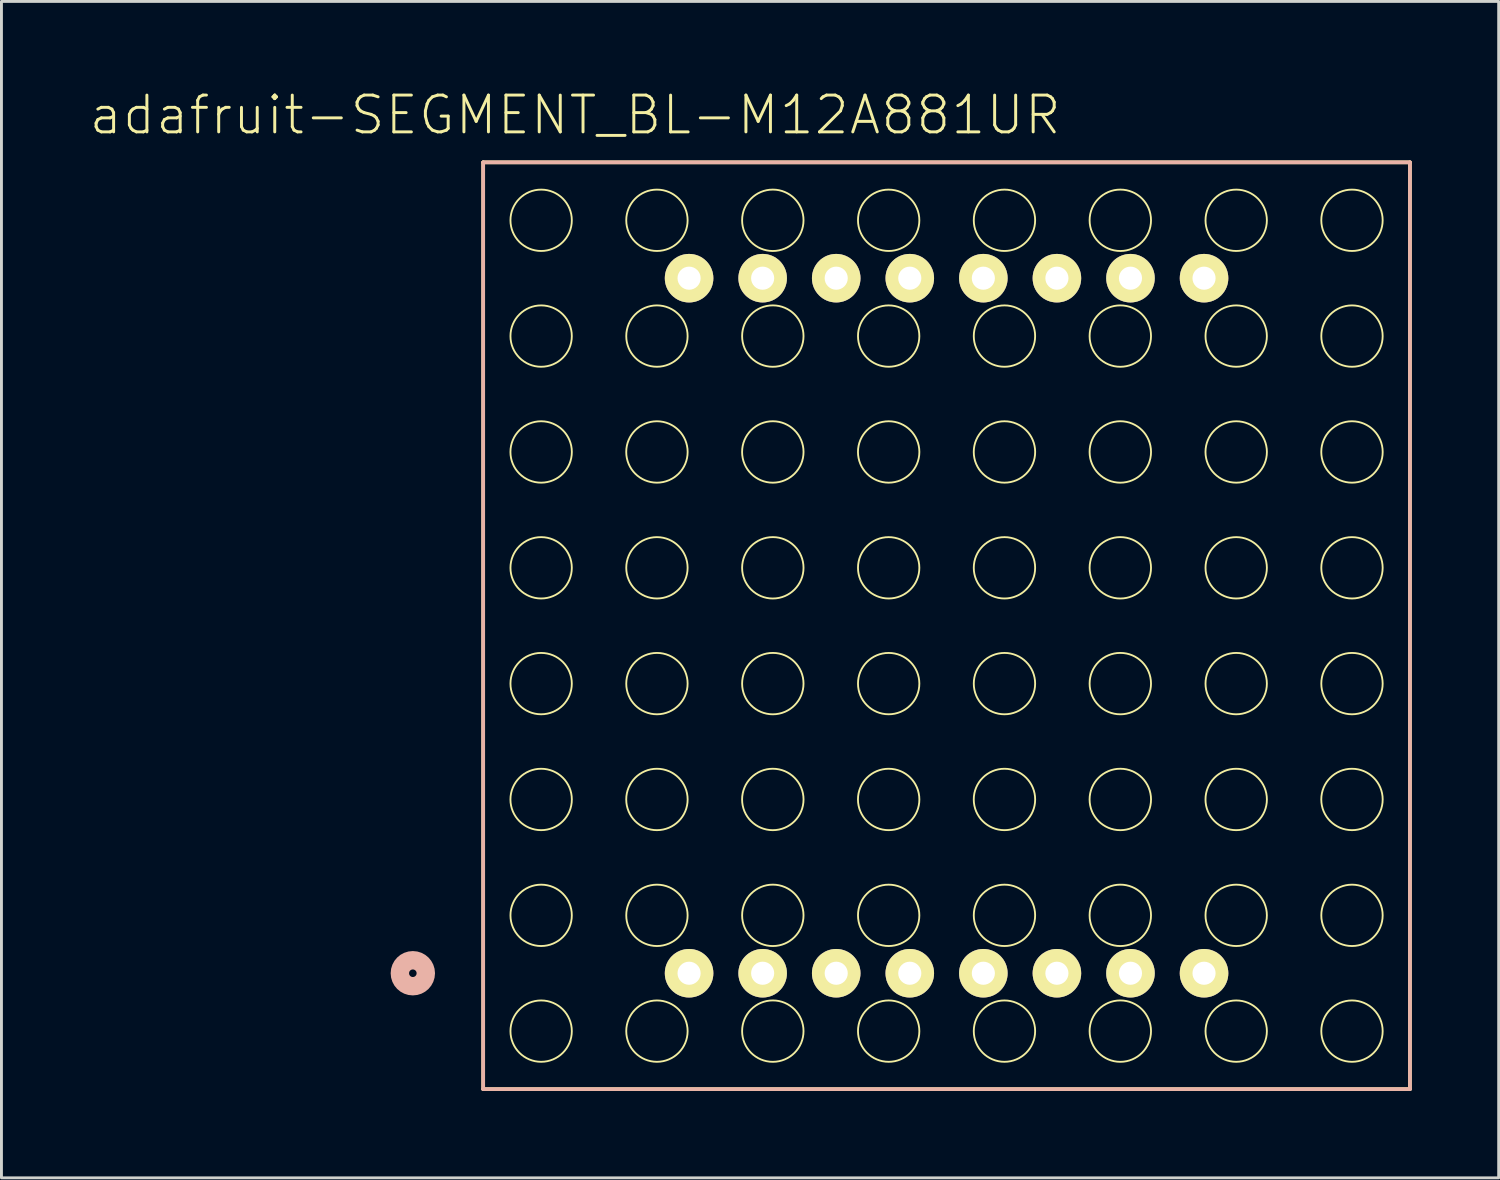
<source format=kicad_pcb>
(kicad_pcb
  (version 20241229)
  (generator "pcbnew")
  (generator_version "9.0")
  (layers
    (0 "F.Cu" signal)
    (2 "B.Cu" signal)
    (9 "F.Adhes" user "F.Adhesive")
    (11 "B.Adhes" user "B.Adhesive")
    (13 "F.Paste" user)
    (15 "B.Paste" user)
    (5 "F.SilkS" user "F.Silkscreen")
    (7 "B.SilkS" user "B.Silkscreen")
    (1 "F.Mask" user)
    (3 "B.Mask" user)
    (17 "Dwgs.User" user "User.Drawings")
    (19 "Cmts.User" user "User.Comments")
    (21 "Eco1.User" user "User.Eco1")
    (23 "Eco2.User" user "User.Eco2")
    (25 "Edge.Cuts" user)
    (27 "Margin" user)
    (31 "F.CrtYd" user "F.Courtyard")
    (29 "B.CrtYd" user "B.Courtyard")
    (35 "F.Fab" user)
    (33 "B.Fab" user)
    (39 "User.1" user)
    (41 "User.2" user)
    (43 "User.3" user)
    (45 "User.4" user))
  (footprint "adafruit-SEGMENT_BL-M12A881UR"
    (layer "F.Cu")
    (at 29.632 18.554)
    (property "Reference" "adafruit-SEGMENT_BL-M12A881UR" (at -12.824 -17.633 0) (layer "F.SilkS") (effects (font (size 1.27 1.27) (thickness 0.102))))
    (attr exclude_from_pos_files exclude_from_bom)
    (fp_line (start -15.999 -15.999) (end 15.999 -15.999) (stroke (width 0.127) (type solid)) (layer "F.SilkS"))
    (fp_line (start -15.999 15.999) (end -15.999 -15.999) (stroke (width 0.127) (type solid)) (layer "F.SilkS"))
    (fp_line (start 15.999 -15.999) (end 15.999 15.999) (stroke (width 0.127) (type solid)) (layer "F.SilkS"))
    (fp_line (start 15.999 15.999) (end -15.999 15.999) (stroke (width 0.127) (type solid)) (layer "F.SilkS"))
    (fp_circle (center -13.998 -13.998) (end -14.747 -14.747) (stroke (width 0.064) (type solid)) (fill no) (layer "F.SilkS"))
    (fp_circle (center -13.998 -10) (end -14.747 -10.749) (stroke (width 0.064) (type solid)) (fill no) (layer "F.SilkS"))
    (fp_circle (center -13.998 -5.999) (end -14.747 -6.749) (stroke (width 0.064) (type solid)) (fill no) (layer "F.SilkS"))
    (fp_circle (center -13.998 -1.999) (end -14.747 -2.748) (stroke (width 0.064) (type solid)) (fill no) (layer "F.SilkS"))
    (fp_circle (center -13.998 1.999) (end -14.747 2.748) (stroke (width 0.064) (type solid)) (fill no) (layer "F.SilkS"))
    (fp_circle (center -13.998 5.999) (end -14.747 6.749) (stroke (width 0.064) (type solid)) (fill no) (layer "F.SilkS"))
    (fp_circle (center -13.998 10) (end -14.747 10.749) (stroke (width 0.064) (type solid)) (fill no) (layer "F.SilkS"))
    (fp_circle (center -13.998 13.998) (end -14.747 14.747) (stroke (width 0.064) (type solid)) (fill no) (layer "F.SilkS"))
    (fp_circle (center -10 -13.998) (end -10.749 -14.747) (stroke (width 0.064) (type solid)) (fill no) (layer "F.SilkS"))
    (fp_circle (center -10 -10) (end -10.749 -10.749) (stroke (width 0.064) (type solid)) (fill no) (layer "F.SilkS"))
    (fp_circle (center -10 -5.999) (end -10.749 -6.749) (stroke (width 0.064) (type solid)) (fill no) (layer "F.SilkS"))
    (fp_circle (center -10 -1.999) (end -10.749 -2.748) (stroke (width 0.064) (type solid)) (fill no) (layer "F.SilkS"))
    (fp_circle (center -10 1.999) (end -10.749 2.748) (stroke (width 0.064) (type solid)) (fill no) (layer "F.SilkS"))
    (fp_circle (center -10 5.999) (end -10.749 6.749) (stroke (width 0.064) (type solid)) (fill no) (layer "F.SilkS"))
    (fp_circle (center -10 10) (end -10.749 10.749) (stroke (width 0.064) (type solid)) (fill no) (layer "F.SilkS"))
    (fp_circle (center -10 13.998) (end -10.749 14.747) (stroke (width 0.064) (type solid)) (fill no) (layer "F.SilkS"))
    (fp_circle (center -5.999 -13.998) (end -6.749 -14.747) (stroke (width 0.064) (type solid)) (fill no) (layer "F.SilkS"))
    (fp_circle (center -5.999 -10) (end -6.749 -10.749) (stroke (width 0.064) (type solid)) (fill no) (layer "F.SilkS"))
    (fp_circle (center -5.999 -5.999) (end -6.749 -6.749) (stroke (width 0.064) (type solid)) (fill no) (layer "F.SilkS"))
    (fp_circle (center -5.999 -1.999) (end -6.749 -2.748) (stroke (width 0.064) (type solid)) (fill no) (layer "F.SilkS"))
    (fp_circle (center -5.999 1.999) (end -6.749 2.748) (stroke (width 0.064) (type solid)) (fill no) (layer "F.SilkS"))
    (fp_circle (center -5.999 5.999) (end -6.749 6.749) (stroke (width 0.064) (type solid)) (fill no) (layer "F.SilkS"))
    (fp_circle (center -5.999 10) (end -6.749 10.749) (stroke (width 0.064) (type solid)) (fill no) (layer "F.SilkS"))
    (fp_circle (center -5.999 13.998) (end -6.749 14.747) (stroke (width 0.064) (type solid)) (fill no) (layer "F.SilkS"))
    (fp_circle (center -1.999 -13.998) (end -2.748 -14.747) (stroke (width 0.064) (type solid)) (fill no) (layer "F.SilkS"))
    (fp_circle (center -1.999 -10) (end -2.748 -10.749) (stroke (width 0.064) (type solid)) (fill no) (layer "F.SilkS"))
    (fp_circle (center -1.999 -5.999) (end -2.748 -6.749) (stroke (width 0.064) (type solid)) (fill no) (layer "F.SilkS"))
    (fp_circle (center -1.999 -1.999) (end -2.748 -2.748) (stroke (width 0.064) (type solid)) (fill no) (layer "F.SilkS"))
    (fp_circle (center -1.999 1.999) (end -2.748 2.748) (stroke (width 0.064) (type solid)) (fill no) (layer "F.SilkS"))
    (fp_circle (center -1.999 5.999) (end -2.748 6.749) (stroke (width 0.064) (type solid)) (fill no) (layer "F.SilkS"))
    (fp_circle (center -1.999 10) (end -2.748 10.749) (stroke (width 0.064) (type solid)) (fill no) (layer "F.SilkS"))
    (fp_circle (center -1.999 13.998) (end -2.748 14.747) (stroke (width 0.064) (type solid)) (fill no) (layer "F.SilkS"))
    (fp_circle (center 1.999 -13.998) (end 2.748 -14.747) (stroke (width 0.064) (type solid)) (fill no) (layer "F.SilkS"))
    (fp_circle (center 1.999 -10) (end 2.748 -10.749) (stroke (width 0.064) (type solid)) (fill no) (layer "F.SilkS"))
    (fp_circle (center 1.999 -5.999) (end 2.748 -6.749) (stroke (width 0.064) (type solid)) (fill no) (layer "F.SilkS"))
    (fp_circle (center 1.999 -1.999) (end 2.748 -2.748) (stroke (width 0.064) (type solid)) (fill no) (layer "F.SilkS"))
    (fp_circle (center 1.999 1.999) (end 2.748 2.748) (stroke (width 0.064) (type solid)) (fill no) (layer "F.SilkS"))
    (fp_circle (center 1.999 5.999) (end 2.748 6.749) (stroke (width 0.064) (type solid)) (fill no) (layer "F.SilkS"))
    (fp_circle (center 1.999 10) (end 2.748 10.749) (stroke (width 0.064) (type solid)) (fill no) (layer "F.SilkS"))
    (fp_circle (center 1.999 13.998) (end 2.748 14.747) (stroke (width 0.064) (type solid)) (fill no) (layer "F.SilkS"))
    (fp_circle (center 5.999 -13.998) (end 6.749 -14.747) (stroke (width 0.064) (type solid)) (fill no) (layer "F.SilkS"))
    (fp_circle (center 5.999 -10) (end 6.749 -10.749) (stroke (width 0.064) (type solid)) (fill no) (layer "F.SilkS"))
    (fp_circle (center 5.999 -5.999) (end 6.749 -6.749) (stroke (width 0.064) (type solid)) (fill no) (layer "F.SilkS"))
    (fp_circle (center 5.999 -1.999) (end 6.749 -2.748) (stroke (width 0.064) (type solid)) (fill no) (layer "F.SilkS"))
    (fp_circle (center 5.999 1.999) (end 6.749 2.748) (stroke (width 0.064) (type solid)) (fill no) (layer "F.SilkS"))
    (fp_circle (center 5.999 5.999) (end 6.749 6.749) (stroke (width 0.064) (type solid)) (fill no) (layer "F.SilkS"))
    (fp_circle (center 5.999 10) (end 6.749 10.749) (stroke (width 0.064) (type solid)) (fill no) (layer "F.SilkS"))
    (fp_circle (center 5.999 13.998) (end 6.749 14.747) (stroke (width 0.064) (type solid)) (fill no) (layer "F.SilkS"))
    (fp_circle (center 10 -13.998) (end 10.749 -14.747) (stroke (width 0.064) (type solid)) (fill no) (layer "F.SilkS"))
    (fp_circle (center 10 -10) (end 10.749 -10.749) (stroke (width 0.064) (type solid)) (fill no) (layer "F.SilkS"))
    (fp_circle (center 10 -5.999) (end 10.749 -6.749) (stroke (width 0.064) (type solid)) (fill no) (layer "F.SilkS"))
    (fp_circle (center 10 -1.999) (end 10.749 -2.748) (stroke (width 0.064) (type solid)) (fill no) (layer "F.SilkS"))
    (fp_circle (center 10 1.999) (end 10.749 2.748) (stroke (width 0.064) (type solid)) (fill no) (layer "F.SilkS"))
    (fp_circle (center 10 5.999) (end 10.749 6.749) (stroke (width 0.064) (type solid)) (fill no) (layer "F.SilkS"))
    (fp_circle (center 10 10) (end 10.749 10.749) (stroke (width 0.064) (type solid)) (fill no) (layer "F.SilkS"))
    (fp_circle (center 10 13.998) (end 10.749 14.747) (stroke (width 0.064) (type solid)) (fill no) (layer "F.SilkS"))
    (fp_circle (center 13.998 -13.998) (end 14.747 -14.747) (stroke (width 0.064) (type solid)) (fill no) (layer "F.SilkS"))
    (fp_circle (center 13.998 -10) (end 14.747 -10.749) (stroke (width 0.064) (type solid)) (fill no) (layer "F.SilkS"))
    (fp_circle (center 13.998 -5.999) (end 14.747 -6.749) (stroke (width 0.064) (type solid)) (fill no) (layer "F.SilkS"))
    (fp_circle (center 13.998 -1.999) (end 14.747 -2.748) (stroke (width 0.064) (type solid)) (fill no) (layer "F.SilkS"))
    (fp_circle (center 13.998 1.999) (end 14.747 2.748) (stroke (width 0.064) (type solid)) (fill no) (layer "F.SilkS"))
    (fp_circle (center 13.998 5.999) (end 14.747 6.749) (stroke (width 0.064) (type solid)) (fill no) (layer "F.SilkS"))
    (fp_circle (center 13.998 10) (end 14.747 10.749) (stroke (width 0.064) (type solid)) (fill no) (layer "F.SilkS"))
    (fp_circle (center 13.998 13.998) (end 14.747 14.747) (stroke (width 0.064) (type solid)) (fill no) (layer "F.SilkS"))
    (fp_line (start -15.999 -15.999) (end 15.999 -15.999) (stroke (width 0.127) (type solid)) (layer "B.SilkS"))
    (fp_line (start -15.999 15.999) (end -15.999 -15.999) (stroke (width 0.127) (type solid)) (layer "B.SilkS"))
    (fp_line (start 15.999 -15.999) (end 15.999 15.999) (stroke (width 0.127) (type solid)) (layer "B.SilkS"))
    (fp_line (start 15.999 15.999) (end -15.999 15.999) (stroke (width 0.127) (type solid)) (layer "B.SilkS"))
    (fp_circle (center -18.428 11.999) (end -18.745 12.316) (stroke (width 0.635) (type solid)) (fill no) (layer "B.SilkS"))
    (pad "1" thru_hole circle (at -8.89 11.999) (size 1.676 1.676) (drill 0.798) (layers "*.Cu" "F.Mask" "F.SilkS" "F.Paste"))
    (pad "2" thru_hole circle (at -6.35 11.999) (size 1.676 1.676) (drill 0.798) (layers "*.Cu" "F.Mask" "F.SilkS" "F.Paste"))
    (pad "3" thru_hole circle (at -3.81 11.999) (size 1.676 1.676) (drill 0.798) (layers "*.Cu" "F.Mask" "F.SilkS" "F.Paste"))
    (pad "4" thru_hole circle (at -1.27 11.999) (size 1.676 1.676) (drill 0.798) (layers "*.Cu" "F.Mask" "F.SilkS" "F.Paste"))
    (pad "5" thru_hole circle (at 1.27 11.999) (size 1.676 1.676) (drill 0.798) (layers "*.Cu" "F.Mask" "F.SilkS" "F.Paste"))
    (pad "6" thru_hole circle (at 3.81 11.999) (size 1.676 1.676) (drill 0.798) (layers "*.Cu" "F.Mask" "F.SilkS" "F.Paste"))
    (pad "7" thru_hole circle (at 6.35 11.999) (size 1.676 1.676) (drill 0.798) (layers "*.Cu" "F.Mask" "F.SilkS" "F.Paste"))
    (pad "8" thru_hole circle (at 8.89 11.999) (size 1.676 1.676) (drill 0.798) (layers "*.Cu" "F.Mask" "F.SilkS" "F.Paste"))
    (pad "9" thru_hole circle (at 8.89 -11.999) (size 1.676 1.676) (drill 0.798) (layers "*.Cu" "F.Mask" "F.SilkS" "F.Paste"))
    (pad "10" thru_hole circle (at 6.35 -11.999) (size 1.676 1.676) (drill 0.798) (layers "*.Cu" "F.Mask" "F.SilkS" "F.Paste"))
    (pad "11" thru_hole circle (at 3.81 -11.999) (size 1.676 1.676) (drill 0.798) (layers "*.Cu" "F.Mask" "F.SilkS" "F.Paste"))
    (pad "12" thru_hole circle (at 1.27 -11.999) (size 1.676 1.676) (drill 0.798) (layers "*.Cu" "F.Mask" "F.SilkS" "F.Paste"))
    (pad "13" thru_hole circle (at -1.27 -11.999) (size 1.676 1.676) (drill 0.798) (layers "*.Cu" "F.Mask" "F.SilkS" "F.Paste"))
    (pad "14" thru_hole circle (at -3.81 -11.999) (size 1.676 1.676) (drill 0.798) (layers "*.Cu" "F.Mask" "F.SilkS" "F.Paste"))
    (pad "15" thru_hole circle (at -6.35 -11.999) (size 1.676 1.676) (drill 0.798) (layers "*.Cu" "F.Mask" "F.SilkS" "F.Paste"))
    (pad "16" thru_hole circle (at -8.89 -11.999) (size 1.676 1.676) (drill 0.798) (layers "*.Cu" "F.Mask" "F.SilkS" "F.Paste")))
  (gr_rect
    (start -3 -3)
    (end 48.695 37.617)
    (stroke (width 0.1) (type default))
    (fill no)
    (layer "Edge.Cuts")))
</source>
